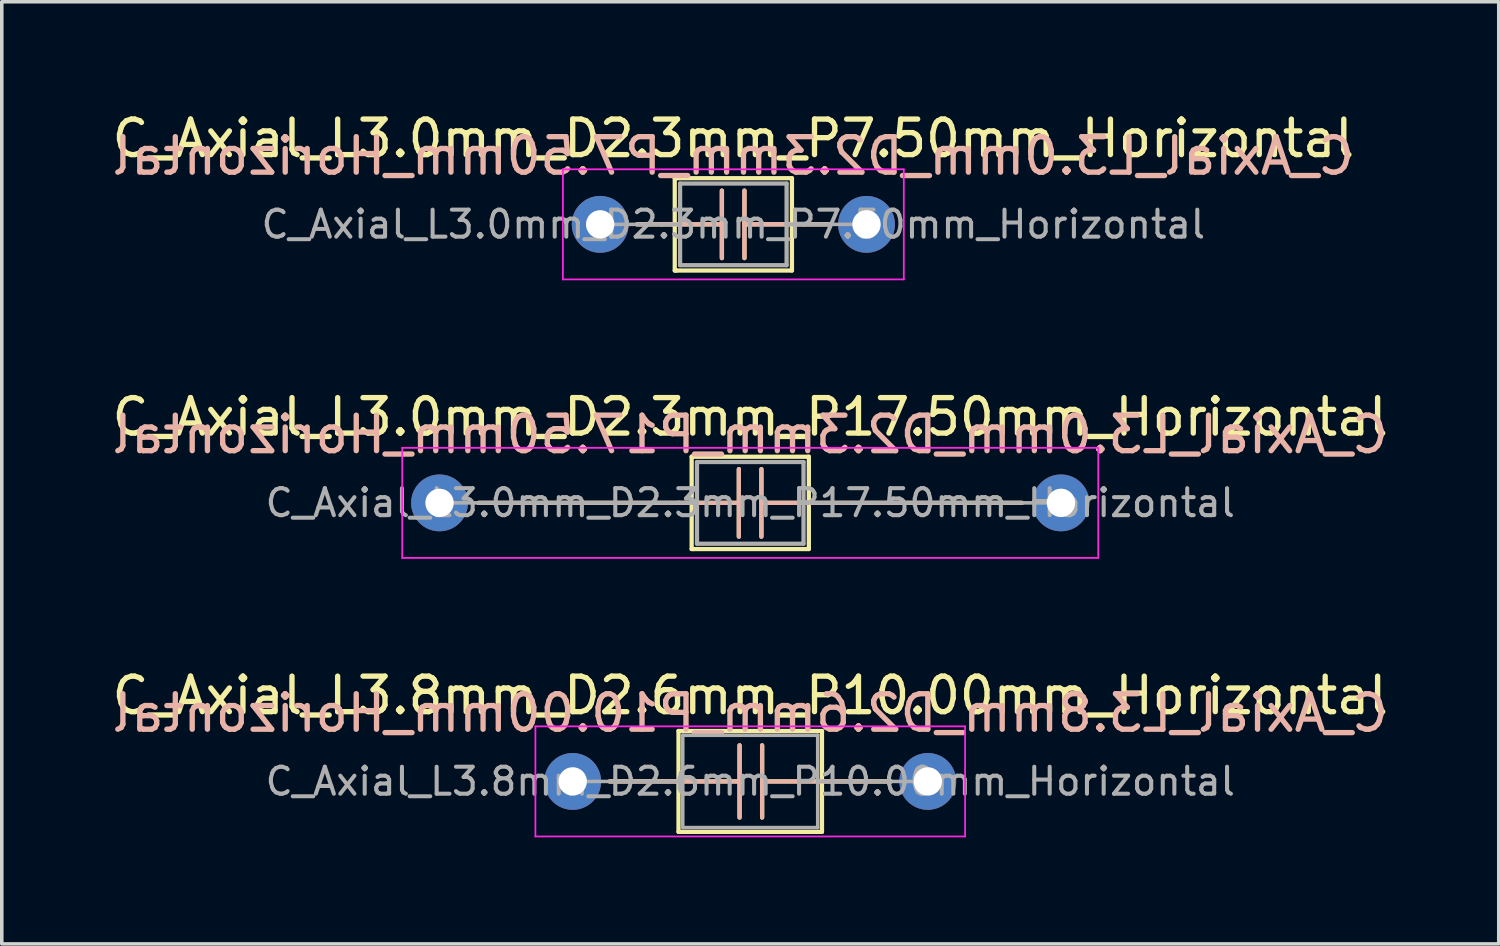
<source format=kicad_pcb>
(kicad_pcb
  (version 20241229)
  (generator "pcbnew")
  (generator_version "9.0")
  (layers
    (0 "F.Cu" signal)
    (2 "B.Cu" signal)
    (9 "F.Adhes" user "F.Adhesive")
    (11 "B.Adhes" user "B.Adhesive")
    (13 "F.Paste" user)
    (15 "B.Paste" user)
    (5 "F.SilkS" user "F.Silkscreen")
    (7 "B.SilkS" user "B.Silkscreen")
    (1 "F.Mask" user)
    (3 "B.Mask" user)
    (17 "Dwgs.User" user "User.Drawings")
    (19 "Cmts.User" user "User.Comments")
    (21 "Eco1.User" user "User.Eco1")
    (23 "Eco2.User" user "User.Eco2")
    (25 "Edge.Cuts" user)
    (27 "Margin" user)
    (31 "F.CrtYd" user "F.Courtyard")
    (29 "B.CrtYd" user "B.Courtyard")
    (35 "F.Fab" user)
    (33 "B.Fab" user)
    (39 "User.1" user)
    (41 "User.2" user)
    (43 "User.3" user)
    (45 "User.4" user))
  (footprint "C_Axial_L3.0mm_D2.3mm_P17.50mm_Horizontal"
    (layer "F.Cu")
    (at 9.327 11.111)
    (property "Reference" "C_Axial_L3.0mm_D2.3mm_P17.50mm_Horizontal" (at 8.75 -2.42 0) (layer "F.SilkS") (effects (font (size 1 1) (thickness 0.15))))
    (fp_line (start 1.1 0) (end 6.73 0) (stroke (width 0.12) (type solid)) (layer "F.SilkS"))
    (fp_line (start 6.73 0) (end 8.429 0) (stroke (width 0.12) (type solid)) (layer "F.SilkS"))
    (fp_line (start 7.1 -1.3) (end 10.4 -1.3) (stroke (width 0.12) (type solid)) (layer "F.SilkS"))
    (fp_line (start 7.1 1.3) (end 7.1 -1.3) (stroke (width 0.12) (type solid)) (layer "F.SilkS"))
    (fp_line (start 7.15 1.3) (end 7.1 1.3) (stroke (width 0.12) (type solid)) (layer "F.SilkS"))
    (fp_line (start 8.429 0) (end 8.429 -0.95) (stroke (width 0.12) (type solid)) (layer "F.SilkS"))
    (fp_line (start 8.429 0) (end 8.429 0.95) (stroke (width 0.12) (type solid)) (layer "F.SilkS"))
    (fp_line (start 9.064 0) (end 9.064 -0.95) (stroke (width 0.12) (type solid)) (layer "F.SilkS"))
    (fp_line (start 9.064 0) (end 9.064 0.95) (stroke (width 0.12) (type solid)) (layer "F.SilkS"))
    (fp_line (start 10.4 -1.3) (end 10.4 0) (stroke (width 0.12) (type solid)) (layer "F.SilkS"))
    (fp_line (start 10.4 0) (end 10.4 1.3) (stroke (width 0.12) (type solid)) (layer "F.SilkS"))
    (fp_line (start 10.4 1.3) (end 7.15 1.3) (stroke (width 0.12) (type solid)) (layer "F.SilkS"))
    (fp_line (start 10.461 0) (end 9.064 0) (stroke (width 0.12) (type solid)) (layer "F.SilkS"))
    (fp_line (start 16.4 0) (end 10.461 0) (stroke (width 0.12) (type solid)) (layer "F.SilkS"))
    (fp_line (start 1.1 0) (end 6.73 0) (stroke (width 0.12) (type solid)) (layer "B.SilkS"))
    (fp_line (start 6.73 0) (end 8.429 0) (stroke (width 0.12) (type solid)) (layer "B.SilkS"))
    (fp_line (start 8.429 0) (end 8.429 -0.95) (stroke (width 0.12) (type solid)) (layer "B.SilkS"))
    (fp_line (start 8.429 0) (end 8.429 0.95) (stroke (width 0.12) (type solid)) (layer "B.SilkS"))
    (fp_line (start 9.064 0) (end 9.064 -0.95) (stroke (width 0.12) (type solid)) (layer "B.SilkS"))
    (fp_line (start 9.064 0) (end 9.064 0.95) (stroke (width 0.12) (type solid)) (layer "B.SilkS"))
    (fp_line (start 10.461 0) (end 9.064 0) (stroke (width 0.12) (type solid)) (layer "B.SilkS"))
    (fp_line (start 16.4 0) (end 10.461 0) (stroke (width 0.12) (type solid)) (layer "B.SilkS"))
    (fp_line (start -1.05 -1.55) (end -1.05 1.55) (stroke (width 0.05) (type solid)) (layer "F.CrtYd"))
    (fp_line (start -1.05 1.55) (end 18.55 1.55) (stroke (width 0.05) (type solid)) (layer "F.CrtYd"))
    (fp_line (start 18.55 -1.55) (end -1.05 -1.55) (stroke (width 0.05) (type solid)) (layer "F.CrtYd"))
    (fp_line (start 18.55 1.55) (end 18.55 -1.55) (stroke (width 0.05) (type solid)) (layer "F.CrtYd"))
    (fp_line (start 0 0) (end 7.25 0) (stroke (width 0.1) (type solid)) (layer "F.Fab"))
    (fp_line (start 7.25 -1.15) (end 10.25 -1.15) (stroke (width 0.12) (type solid)) (layer "F.Fab"))
    (fp_line (start 7.25 0) (end 7.25 -1.15) (stroke (width 0.12) (type solid)) (layer "F.Fab"))
    (fp_line (start 7.25 1.15) (end 7.25 0) (stroke (width 0.12) (type solid)) (layer "F.Fab"))
    (fp_line (start 10.25 -1.15) (end 10.25 0) (stroke (width 0.12) (type solid)) (layer "F.Fab"))
    (fp_line (start 10.25 0) (end 10.25 1.15) (stroke (width 0.12) (type solid)) (layer "F.Fab"))
    (fp_line (start 10.25 1.15) (end 7.25 1.15) (stroke (width 0.12) (type solid)) (layer "F.Fab"))
    (fp_line (start 17.5 0) (end 10.25 0) (stroke (width 0.1) (type solid)) (layer "F.Fab"))
    (fp_text user "${REFERENCE}" (at 8.75 -1.925 0) (layer "B.SilkS") (effects (font (size 1 1) (thickness 0.15)) (justify mirror)))
    (fp_text user "${REFERENCE}" (at 8.75 0 0) (layer "F.Fab") (effects (font (size 0.76 0.76) (thickness 0.114))))
    (pad "1" thru_hole circle (at 0 0) (size 1.6 1.6) (drill 0.8) (layers "*.Cu" "*.Mask"))
    (pad "2" thru_hole oval (at 17.5 0) (size 1.6 1.6) (drill 0.8) (layers "*.Cu" "*.Mask")))
  (footprint "C_Axial_L3.8mm_D2.6mm_P10.00mm_Horizontal"
    (layer "F.Cu")
    (at 13.077 18.955)
    (property "Reference" "C_Axial_L3.8mm_D2.6mm_P10.00mm_Horizontal" (at 5 -2.42 0) (layer "F.SilkS") (effects (font (size 1 1) (thickness 0.15))))
    (fp_line (start 1.04 0) (end 2.98 0) (stroke (width 0.12) (type solid)) (layer "F.SilkS"))
    (fp_line (start 2.98 -1.42) (end 2.98 1.42) (stroke (width 0.12) (type solid)) (layer "F.SilkS"))
    (fp_line (start 2.98 0) (end 4.699 0) (stroke (width 0.12) (type solid)) (layer "F.SilkS"))
    (fp_line (start 2.98 1.42) (end 7.02 1.42) (stroke (width 0.12) (type solid)) (layer "F.SilkS"))
    (fp_line (start 4.699 0) (end 4.699 -1.016) (stroke (width 0.12) (type solid)) (layer "F.SilkS"))
    (fp_line (start 4.699 0) (end 4.699 1.016) (stroke (width 0.12) (type solid)) (layer "F.SilkS"))
    (fp_line (start 5.334 0) (end 5.334 -1.016) (stroke (width 0.12) (type solid)) (layer "F.SilkS"))
    (fp_line (start 5.334 0) (end 5.334 1.016) (stroke (width 0.12) (type solid)) (layer "F.SilkS"))
    (fp_line (start 7.02 -1.42) (end 2.98 -1.42) (stroke (width 0.12) (type solid)) (layer "F.SilkS"))
    (fp_line (start 7.02 0) (end 5.334 0) (stroke (width 0.12) (type solid)) (layer "F.SilkS"))
    (fp_line (start 7.02 1.42) (end 7.02 -1.42) (stroke (width 0.12) (type solid)) (layer "F.SilkS"))
    (fp_line (start 8.96 0) (end 7.02 0) (stroke (width 0.12) (type solid)) (layer "F.SilkS"))
    (fp_line (start 1.041 0) (end 2.981 0) (stroke (width 0.12) (type solid)) (layer "B.SilkS"))
    (fp_line (start 2.981 0) (end 4.7 0) (stroke (width 0.12) (type solid)) (layer "B.SilkS"))
    (fp_line (start 4.7 0) (end 4.7 -1.016) (stroke (width 0.12) (type solid)) (layer "B.SilkS"))
    (fp_line (start 4.7 0) (end 4.7 1.016) (stroke (width 0.12) (type solid)) (layer "B.SilkS"))
    (fp_line (start 5.335 0) (end 5.335 -1.016) (stroke (width 0.12) (type solid)) (layer "B.SilkS"))
    (fp_line (start 5.335 0) (end 5.335 1.016) (stroke (width 0.12) (type solid)) (layer "B.SilkS"))
    (fp_line (start 7.021 0) (end 5.335 0) (stroke (width 0.12) (type solid)) (layer "B.SilkS"))
    (fp_line (start 8.961 0) (end 7.021 0) (stroke (width 0.12) (type solid)) (layer "B.SilkS"))
    (fp_line (start -1.05 -1.55) (end -1.05 1.55) (stroke (width 0.05) (type solid)) (layer "F.CrtYd"))
    (fp_line (start -1.05 1.55) (end 11.05 1.55) (stroke (width 0.05) (type solid)) (layer "F.CrtYd"))
    (fp_line (start 11.05 -1.55) (end -1.05 -1.55) (stroke (width 0.05) (type solid)) (layer "F.CrtYd"))
    (fp_line (start 11.05 1.55) (end 11.05 -1.55) (stroke (width 0.05) (type solid)) (layer "F.CrtYd"))
    (fp_line (start 0 0) (end 3.1 0) (stroke (width 0.1) (type solid)) (layer "F.Fab"))
    (fp_line (start 3.1 -1.3) (end 3.1 1.3) (stroke (width 0.1) (type solid)) (layer "F.Fab"))
    (fp_line (start 3.1 1.3) (end 6.9 1.3) (stroke (width 0.1) (type solid)) (layer "F.Fab"))
    (fp_line (start 6.9 -1.3) (end 3.1 -1.3) (stroke (width 0.1) (type solid)) (layer "F.Fab"))
    (fp_line (start 6.9 1.3) (end 6.9 -1.3) (stroke (width 0.1) (type solid)) (layer "F.Fab"))
    (fp_line (start 10 0) (end 6.9 0) (stroke (width 0.1) (type solid)) (layer "F.Fab"))
    (fp_text user "${REFERENCE}" (at 5 -1.925 0) (layer "B.SilkS") (effects (font (size 1 1) (thickness 0.15)) (justify mirror)))
    (fp_text user "${REFERENCE}" (at 5 0 0) (layer "F.Fab") (effects (font (size 0.76 0.76) (thickness 0.114))))
    (pad "1" thru_hole circle (at 0 0) (size 1.6 1.6) (drill 0.8) (layers "*.Cu" "*.Mask"))
    (pad "2" thru_hole oval (at 10 0) (size 1.6 1.6) (drill 0.8) (layers "*.Cu" "*.Mask")))
  (footprint "C_Axial_L3.0mm_D2.3mm_P7.50mm_Horizontal"
    (layer "F.Cu")
    (at 13.851 3.268)
    (property "Reference" "C_Axial_L3.0mm_D2.3mm_P7.50mm_Horizontal" (at 3.75 -2.42 0) (layer "F.SilkS") (effects (font (size 1 1) (thickness 0.15))))
    (fp_line (start 1.04 0) (end 1.73 0) (stroke (width 0.12) (type solid)) (layer "F.SilkS"))
    (fp_line (start 1.73 0) (end 3.429 0) (stroke (width 0.12) (type solid)) (layer "F.SilkS"))
    (fp_line (start 2.1 -1.3) (end 5.4 -1.3) (stroke (width 0.12) (type solid)) (layer "F.SilkS"))
    (fp_line (start 2.1 1.3) (end 2.1 -1.3) (stroke (width 0.12) (type solid)) (layer "F.SilkS"))
    (fp_line (start 2.15 1.3) (end 2.1 1.3) (stroke (width 0.12) (type solid)) (layer "F.SilkS"))
    (fp_line (start 3.429 0) (end 3.429 -0.95) (stroke (width 0.12) (type solid)) (layer "F.SilkS"))
    (fp_line (start 3.429 0) (end 3.429 0.95) (stroke (width 0.12) (type solid)) (layer "F.SilkS"))
    (fp_line (start 4.064 0) (end 4.064 -0.95) (stroke (width 0.12) (type solid)) (layer "F.SilkS"))
    (fp_line (start 4.064 0) (end 4.064 0.95) (stroke (width 0.12) (type solid)) (layer "F.SilkS"))
    (fp_line (start 5.4 -1.3) (end 5.4 0) (stroke (width 0.12) (type solid)) (layer "F.SilkS"))
    (fp_line (start 5.4 0) (end 5.4 1.3) (stroke (width 0.12) (type solid)) (layer "F.SilkS"))
    (fp_line (start 5.4 1.3) (end 2.15 1.3) (stroke (width 0.12) (type solid)) (layer "F.SilkS"))
    (fp_line (start 5.461 0) (end 4.064 0) (stroke (width 0.12) (type solid)) (layer "F.SilkS"))
    (fp_line (start 6.46 0) (end 5.461 0) (stroke (width 0.12) (type solid)) (layer "F.SilkS"))
    (fp_line (start 1.029 0) (end 2.028 0) (stroke (width 0.12) (type solid)) (layer "B.SilkS"))
    (fp_line (start 2.028 0) (end 3.425 0) (stroke (width 0.12) (type solid)) (layer "B.SilkS"))
    (fp_line (start 3.425 0) (end 3.425 -0.95) (stroke (width 0.12) (type solid)) (layer "B.SilkS"))
    (fp_line (start 3.425 0) (end 3.425 0.95) (stroke (width 0.12) (type solid)) (layer "B.SilkS"))
    (fp_line (start 4.06 0) (end 4.06 -0.95) (stroke (width 0.12) (type solid)) (layer "B.SilkS"))
    (fp_line (start 4.06 0) (end 4.06 0.95) (stroke (width 0.12) (type solid)) (layer "B.SilkS"))
    (fp_line (start 5.759 0) (end 4.06 0) (stroke (width 0.12) (type solid)) (layer "B.SilkS"))
    (fp_line (start 6.449 0) (end 5.759 0) (stroke (width 0.12) (type solid)) (layer "B.SilkS"))
    (fp_line (start -1.05 -1.55) (end -1.05 1.55) (stroke (width 0.05) (type solid)) (layer "F.CrtYd"))
    (fp_line (start -1.05 1.55) (end 8.55 1.55) (stroke (width 0.05) (type solid)) (layer "F.CrtYd"))
    (fp_line (start 8.55 -1.55) (end -1.05 -1.55) (stroke (width 0.05) (type solid)) (layer "F.CrtYd"))
    (fp_line (start 8.55 1.55) (end 8.55 -1.55) (stroke (width 0.05) (type solid)) (layer "F.CrtYd"))
    (fp_line (start 0 0) (end 2.25 0) (stroke (width 0.1) (type solid)) (layer "F.Fab"))
    (fp_line (start 2.25 -1.15) (end 5.25 -1.15) (stroke (width 0.12) (type solid)) (layer "F.Fab"))
    (fp_line (start 2.25 0) (end 2.25 -1.15) (stroke (width 0.12) (type solid)) (layer "F.Fab"))
    (fp_line (start 2.25 1.15) (end 2.25 0) (stroke (width 0.12) (type solid)) (layer "F.Fab"))
    (fp_line (start 5.25 -1.15) (end 5.25 0) (stroke (width 0.12) (type solid)) (layer "F.Fab"))
    (fp_line (start 5.25 0) (end 5.25 1.15) (stroke (width 0.12) (type solid)) (layer "F.Fab"))
    (fp_line (start 5.25 1.15) (end 2.25 1.15) (stroke (width 0.12) (type solid)) (layer "F.Fab"))
    (fp_line (start 7.5 0) (end 5.25 0) (stroke (width 0.1) (type solid)) (layer "F.Fab"))
    (fp_text user "${REFERENCE}" (at 3.75 -1.925 0) (layer "B.SilkS") (effects (font (size 1 1) (thickness 0.15)) (justify mirror)))
    (fp_text user "${REFERENCE}" (at 3.75 0 0) (layer "F.Fab") (effects (font (size 0.76 0.76) (thickness 0.114))))
    (pad "1" thru_hole circle (at 0 0) (size 1.6 1.6) (drill 0.8) (layers "*.Cu" "*.Mask"))
    (pad "2" thru_hole oval (at 7.5 0) (size 1.6 1.6) (drill 0.8) (layers "*.Cu" "*.Mask")))
  (gr_rect
    (start -3 -3)
    (end 39.155 23.53)
    (stroke (width 0.1) (type default))
    (fill no)
    (layer "Edge.Cuts")))
</source>
